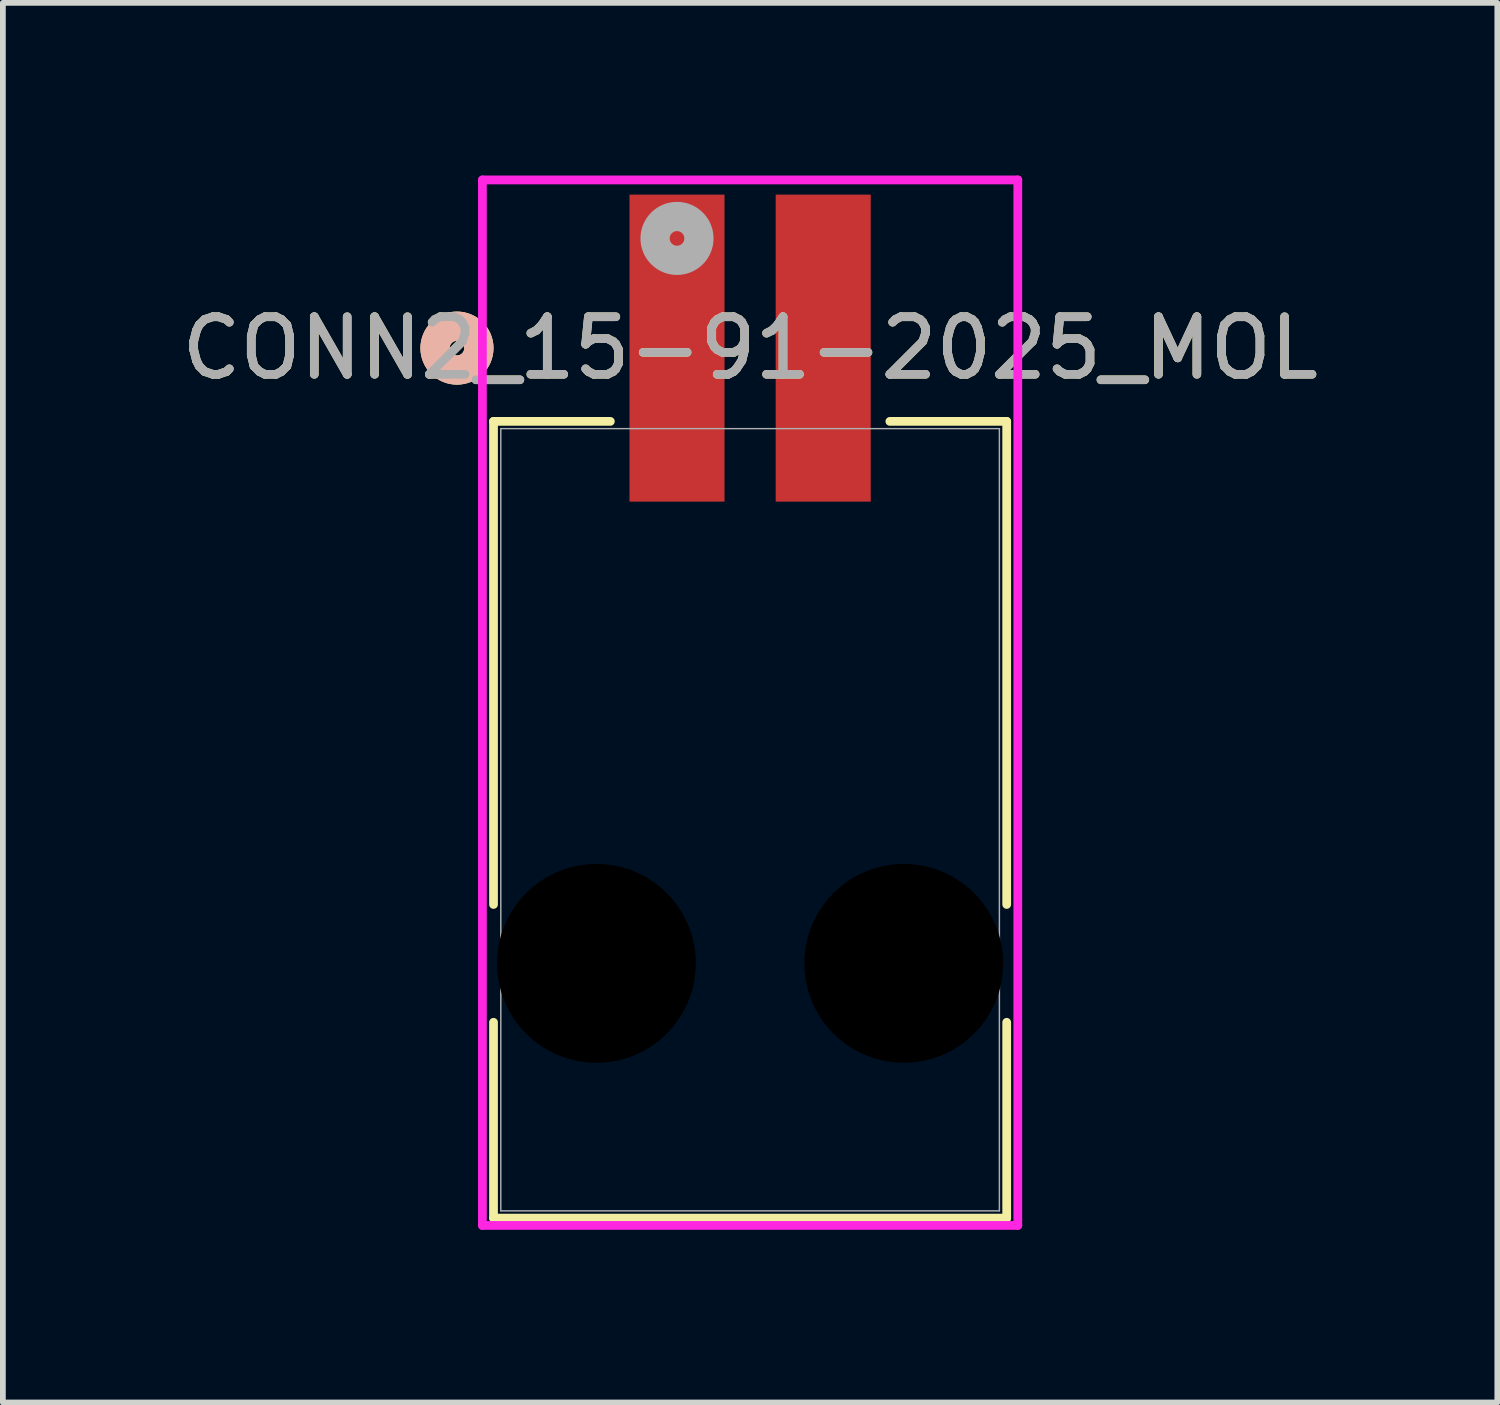
<source format=kicad_pcb>
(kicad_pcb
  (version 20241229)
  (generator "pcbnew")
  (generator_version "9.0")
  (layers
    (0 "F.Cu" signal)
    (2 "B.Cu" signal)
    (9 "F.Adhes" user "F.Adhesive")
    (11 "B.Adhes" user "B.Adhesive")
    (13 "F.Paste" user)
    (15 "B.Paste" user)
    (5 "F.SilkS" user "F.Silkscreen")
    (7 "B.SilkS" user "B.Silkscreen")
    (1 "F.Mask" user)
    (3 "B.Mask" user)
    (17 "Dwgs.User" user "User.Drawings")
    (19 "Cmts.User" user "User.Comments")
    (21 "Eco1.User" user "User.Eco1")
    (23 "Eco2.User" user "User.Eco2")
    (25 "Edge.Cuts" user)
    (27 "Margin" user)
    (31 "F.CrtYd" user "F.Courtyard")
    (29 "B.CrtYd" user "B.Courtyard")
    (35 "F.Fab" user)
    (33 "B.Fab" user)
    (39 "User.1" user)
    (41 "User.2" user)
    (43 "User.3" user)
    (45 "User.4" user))
  (footprint "CONN2_15-91-2025_MOL"
    (layer "F.Cu")
    (at 9.982 11.192)
    (property "Reference" "CONN2_15-91-2025_MOL" (at 0 -8.194 0) (unlocked yes) (layer "F.SilkS") (effects (font (size 1 1) (thickness 0.15))))
    (attr smd)
    (fp_line (start -4.458 -6.921) (end -4.458 1.472) (stroke (width 0.152) (type solid)) (layer "F.SilkS"))
    (fp_line (start -4.458 3.519) (end -4.458 6.921) (stroke (width 0.152) (type solid)) (layer "F.SilkS"))
    (fp_line (start -4.458 6.921) (end 4.458 6.921) (stroke (width 0.152) (type solid)) (layer "F.SilkS"))
    (fp_line (start -2.428 -6.921) (end -4.458 -6.921) (stroke (width 0.152) (type solid)) (layer "F.SilkS"))
    (fp_line (start 4.458 -6.921) (end 2.428 -6.921) (stroke (width 0.152) (type solid)) (layer "F.SilkS"))
    (fp_line (start 4.458 1.472) (end 4.458 -6.921) (stroke (width 0.152) (type solid)) (layer "F.SilkS"))
    (fp_line (start 4.458 6.921) (end 4.458 3.519) (stroke (width 0.152) (type solid)) (layer "F.SilkS"))
    (fp_circle (center -5.093 -8.194) (end -4.712 -8.194) (stroke (width 0.508) (type solid)) (fill no) (layer "F.SilkS"))
    (fp_circle (center -5.093 -8.194) (end -4.712 -8.194) (stroke (width 0.508) (type solid)) (fill no) (layer "B.SilkS"))
    (fp_line (start -4.651 -11.116) (end -4.651 7.048) (stroke (width 0.152) (type solid)) (layer "F.CrtYd"))
    (fp_line (start -4.651 7.048) (end 4.651 7.048) (stroke (width 0.152) (type solid)) (layer "F.CrtYd"))
    (fp_line (start 4.651 -11.116) (end -4.651 -11.116) (stroke (width 0.152) (type solid)) (layer "F.CrtYd"))
    (fp_line (start 4.651 7.048) (end 4.651 -11.116) (stroke (width 0.152) (type solid)) (layer "F.CrtYd"))
    (fp_line (start -4.331 -6.795) (end -4.331 6.795) (stroke (width 0.025) (type solid)) (layer "F.Fab"))
    (fp_line (start -4.331 6.795) (end 4.331 6.795) (stroke (width 0.025) (type solid)) (layer "F.Fab"))
    (fp_line (start 4.331 -6.795) (end -4.331 -6.795) (stroke (width 0.025) (type solid)) (layer "F.Fab"))
    (fp_line (start 4.331 6.795) (end 4.331 -6.795) (stroke (width 0.025) (type solid)) (layer "F.Fab"))
    (fp_circle (center -1.27 -10.1) (end -0.889 -10.1) (stroke (width 0.508) (type solid)) (fill no) (layer "F.Fab"))
    (fp_text user "${REFERENCE}" (at 0 -8.194 0) (unlocked yes) (layer "F.Fab") (effects (font (size 1 1) (thickness 0.15))))
    (pad "" np_thru_hole circle (at -2.67 2.495) (size 3.454 3.454) (drill 3.454) (layers))
    (pad "" np_thru_hole circle (at 2.67 2.495) (size 3.454 3.454) (drill 3.454) (layers))
    (pad "1" smd rect (at -1.27 -8.194) (size 1.651 5.334) (layers "F.Cu" "F.Mask" "F.Paste"))
    (pad "2" smd rect (at 1.27 -8.194) (size 1.651 5.334) (layers "F.Cu" "F.Mask" "F.Paste")))
  (gr_rect
    (start -3 -3)
    (end 22.964 21.316)
    (stroke (width 0.1) (type default))
    (fill no)
    (layer "Edge.Cuts")))
</source>
